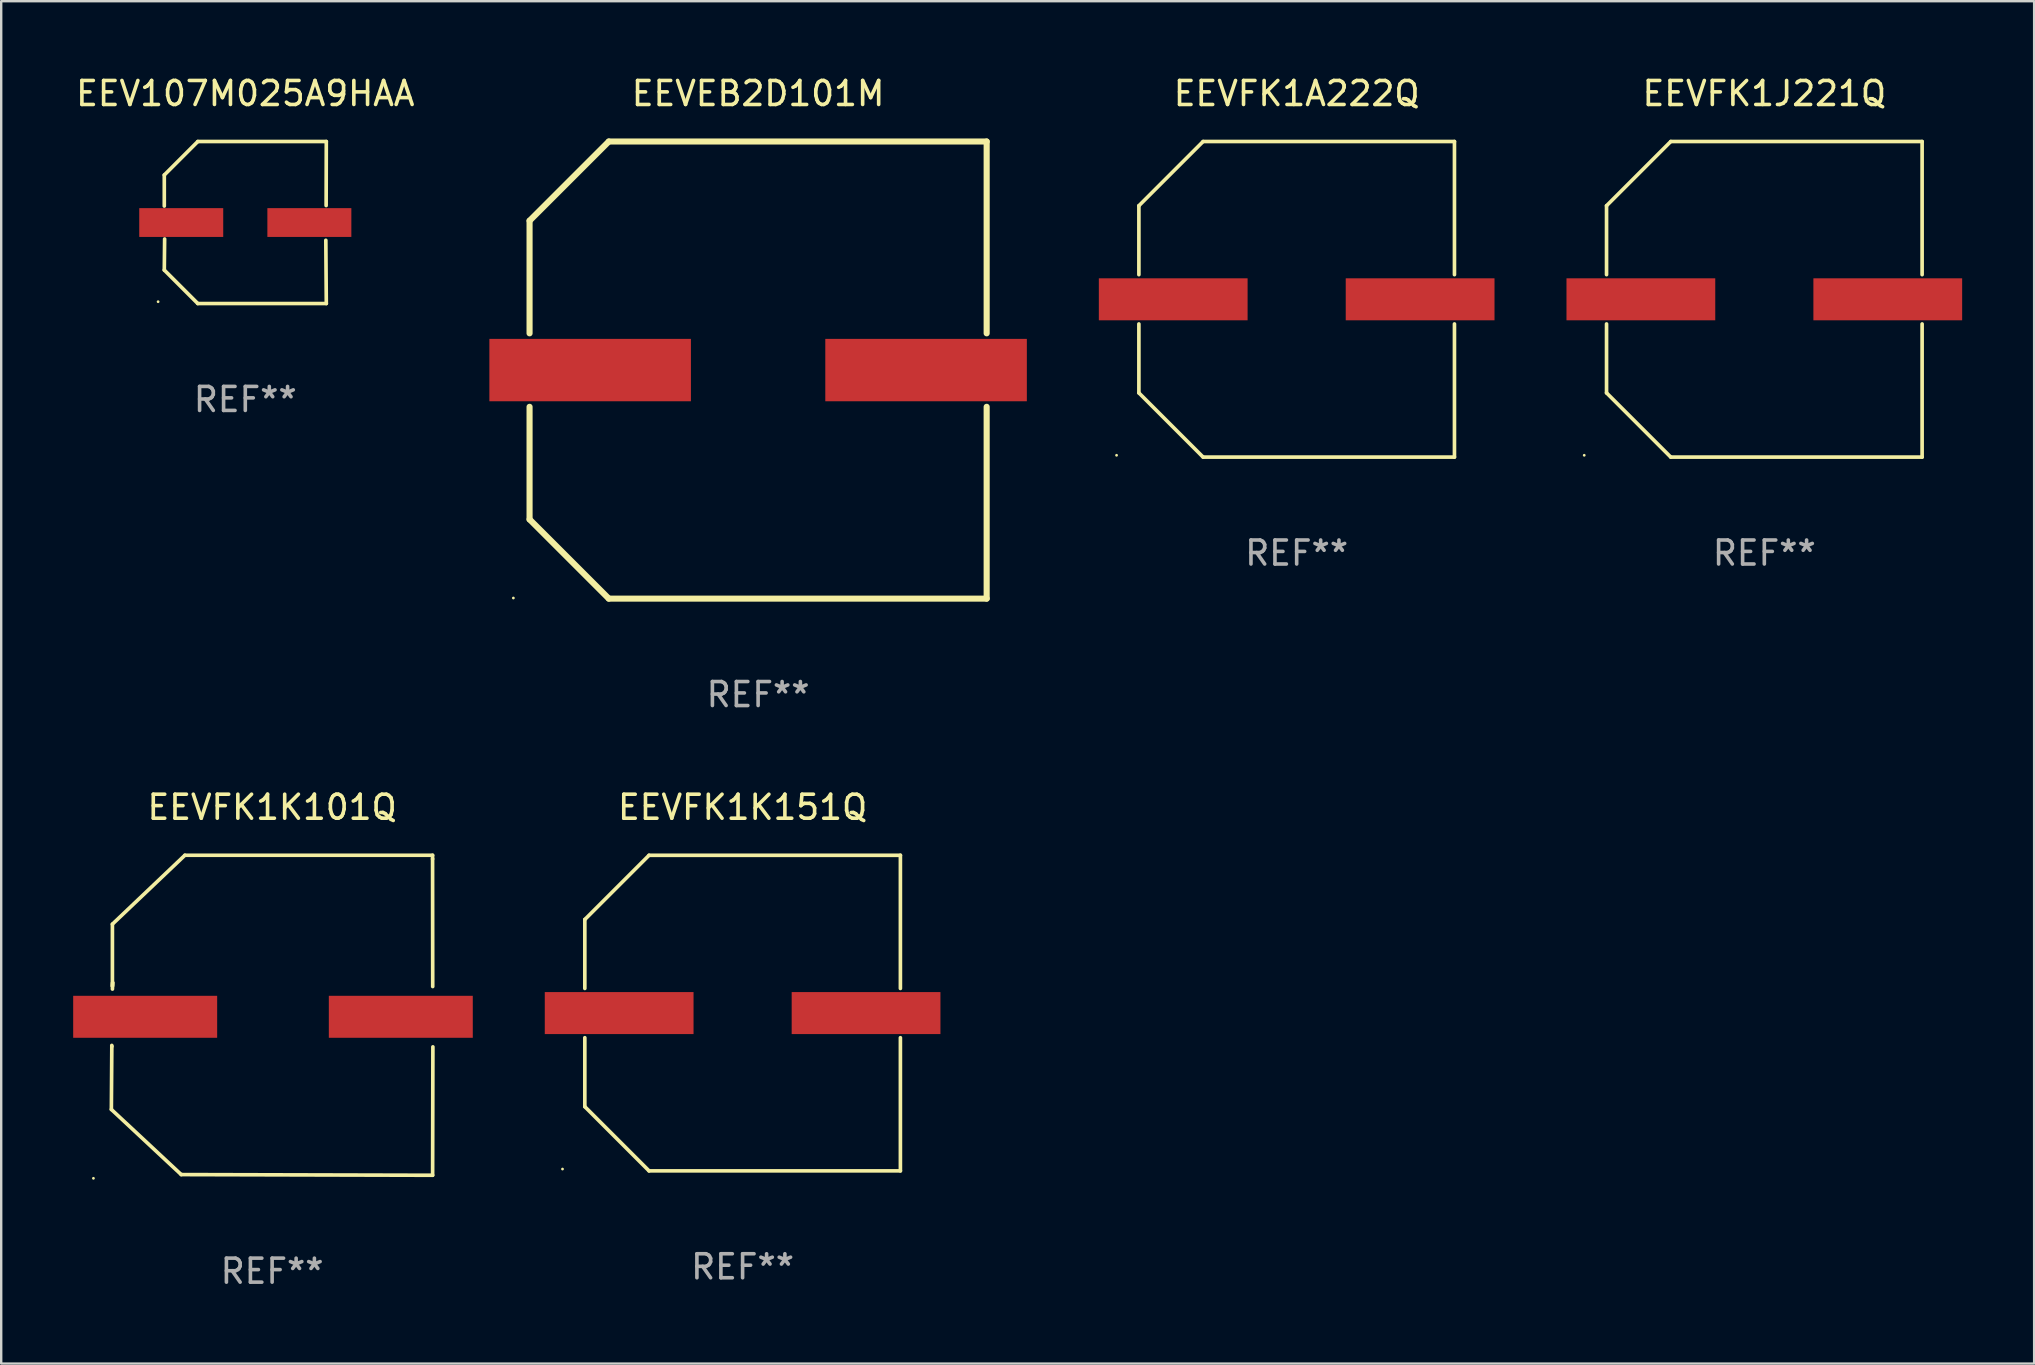
<source format=kicad_pcb>
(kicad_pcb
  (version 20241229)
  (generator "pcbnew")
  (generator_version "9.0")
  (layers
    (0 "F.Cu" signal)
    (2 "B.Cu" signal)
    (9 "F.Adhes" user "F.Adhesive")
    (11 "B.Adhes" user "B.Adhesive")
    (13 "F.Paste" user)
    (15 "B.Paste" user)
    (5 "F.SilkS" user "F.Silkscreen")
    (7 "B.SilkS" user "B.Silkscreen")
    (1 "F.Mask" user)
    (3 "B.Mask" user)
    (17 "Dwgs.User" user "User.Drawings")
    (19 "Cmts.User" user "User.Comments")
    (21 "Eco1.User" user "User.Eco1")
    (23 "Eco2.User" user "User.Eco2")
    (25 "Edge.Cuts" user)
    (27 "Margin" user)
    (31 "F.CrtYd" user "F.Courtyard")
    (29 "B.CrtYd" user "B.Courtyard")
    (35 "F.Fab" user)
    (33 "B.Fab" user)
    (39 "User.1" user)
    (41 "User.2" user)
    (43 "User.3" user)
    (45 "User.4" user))
  (footprint "EEVFK1J221Q"
    (layer "F.Cu")
    (at 70.48 9.424)
    (property "Reference" "EEVFK1J221Q" (at 0 -8.576 0) (layer "F.SilkS") (effects (font (size 1 1) (thickness 0.15))))
    (attr through_hole)
    (fp_line (start -6.576 -3.9) (end -6.576 -1.027) (stroke (width 0.152) (type solid)) (layer "F.SilkS"))
    (fp_line (start -6.576 3.9) (end -6.576 1.027) (stroke (width 0.152) (type solid)) (layer "F.SilkS"))
    (fp_line (start -3.9 -6.576) (end -6.576 -3.9) (stroke (width 0.152) (type solid)) (layer "F.SilkS"))
    (fp_line (start -3.9 6.576) (end -6.576 3.9) (stroke (width 0.152) (type solid)) (layer "F.SilkS"))
    (fp_line (start 6.576 -6.576) (end -3.9 -6.576) (stroke (width 0.152) (type solid)) (layer "F.SilkS"))
    (fp_line (start 6.576 -1.027) (end 6.576 -6.576) (stroke (width 0.152) (type solid)) (layer "F.SilkS"))
    (fp_line (start 6.576 1.027) (end 6.576 6.576) (stroke (width 0.152) (type solid)) (layer "F.SilkS"))
    (fp_line (start 6.576 6.576) (end -3.9 6.576) (stroke (width 0.152) (type solid)) (layer "F.SilkS"))
    (fp_circle (center -7.506 6.5) (end -7.476 6.5) (stroke (width 0.06) (type solid)) (fill no) (layer "F.SilkS"))
    (fp_text user "REF**" (at 0 10.576 0) (layer "F.Fab") (effects (font (size 1 1) (thickness 0.15))))
    (pad "1" smd rect (at -5.145 0) (size 6.2 1.75) (layers "F.Cu" "F.Mask" "F.Paste"))
    (pad "2" smd rect (at 5.145 0) (size 6.2 1.75) (layers "F.Cu" "F.Mask" "F.Paste")))
  (footprint "EEVEB2D101M"
    (layer "F.Cu")
    (at 28.545 12.373)
    (property "Reference" "EEVEB2D101M" (at 0 -11.525 0) (layer "F.SilkS") (effects (font (size 1 1) (thickness 0.15))))
    (attr through_hole)
    (fp_line (start -9.525 -6.223) (end -9.525 -1.531) (stroke (width 0.254) (type solid)) (layer "F.SilkS"))
    (fp_line (start -9.525 1.531) (end -9.525 6.223) (stroke (width 0.254) (type solid)) (layer "F.SilkS"))
    (fp_line (start -9.525 6.223) (end -6.223 9.525) (stroke (width 0.254) (type solid)) (layer "F.SilkS"))
    (fp_line (start -6.223 -9.525) (end -9.525 -6.223) (stroke (width 0.254) (type solid)) (layer "F.SilkS"))
    (fp_line (start -6.223 9.525) (end 9.525 9.525) (stroke (width 0.254) (type solid)) (layer "F.SilkS"))
    (fp_line (start 9.525 -9.525) (end -6.223 -9.525) (stroke (width 0.254) (type solid)) (layer "F.SilkS"))
    (fp_line (start 9.525 -1.531) (end 9.525 -9.525) (stroke (width 0.254) (type solid)) (layer "F.SilkS"))
    (fp_line (start 9.525 9.525) (end 9.525 1.531) (stroke (width 0.254) (type solid)) (layer "F.SilkS"))
    (fp_circle (center -10.2 9.5) (end -10.17 9.5) (stroke (width 0.06) (type solid)) (fill no) (layer "F.SilkS"))
    (fp_text user "REF**" (at 0 13.525 0) (layer "F.Fab") (effects (font (size 1 1) (thickness 0.15))))
    (pad "1" smd rect (at -7 0.000102) (size 8.4 2.6) (layers "F.Cu" "F.Mask" "F.Paste"))
    (pad "2" smd rect (at 7 0.000102) (size 8.4 2.6) (layers "F.Cu" "F.Mask" "F.Paste")))
  (footprint "EEVFK1K151Q"
    (layer "F.Cu")
    (at 27.899 39.171)
    (property "Reference" "EEVFK1K151Q" (at 0 -8.576 0) (layer "F.SilkS") (effects (font (size 1 1) (thickness 0.15))))
    (attr through_hole)
    (fp_line (start -6.576 -3.9) (end -6.576 -1.027) (stroke (width 0.152) (type solid)) (layer "F.SilkS"))
    (fp_line (start -6.576 3.9) (end -6.576 1.027) (stroke (width 0.152) (type solid)) (layer "F.SilkS"))
    (fp_line (start -3.9 -6.576) (end -6.576 -3.9) (stroke (width 0.152) (type solid)) (layer "F.SilkS"))
    (fp_line (start -3.9 6.576) (end -6.576 3.9) (stroke (width 0.152) (type solid)) (layer "F.SilkS"))
    (fp_line (start 6.576 -6.576) (end -3.9 -6.576) (stroke (width 0.152) (type solid)) (layer "F.SilkS"))
    (fp_line (start 6.576 -1.027) (end 6.576 -6.576) (stroke (width 0.152) (type solid)) (layer "F.SilkS"))
    (fp_line (start 6.576 1.027) (end 6.576 6.576) (stroke (width 0.152) (type solid)) (layer "F.SilkS"))
    (fp_line (start 6.576 6.576) (end -3.9 6.576) (stroke (width 0.152) (type solid)) (layer "F.SilkS"))
    (fp_circle (center -7.506 6.5) (end -7.476 6.5) (stroke (width 0.06) (type solid)) (fill no) (layer "F.SilkS"))
    (fp_text user "REF**" (at 0 10.576 0) (layer "F.Fab") (effects (font (size 1 1) (thickness 0.15))))
    (pad "1" smd rect (at -5.145 0) (size 6.2 1.75) (layers "F.Cu" "F.Mask" "F.Paste"))
    (pad "2" smd rect (at 5.145 0) (size 6.2 1.75) (layers "F.Cu" "F.Mask" "F.Paste")))
  (footprint "EEVFK1K101Q"
    (layer "F.Cu")
    (at 8.291 39.262)
    (property "Reference" "EEVFK1K101Q" (at 0 -8.668 0) (layer "F.SilkS") (effects (font (size 1 1) (thickness 0.15))))
    (attr through_hole)
    (fp_line (start -6.7 3.925) (end -6.681 1.297) (stroke (width 0.152) (type solid)) (layer "F.SilkS"))
    (fp_line (start -6.681 1.297) (end -6.682 1.257) (stroke (width 0.152) (type solid)) (layer "F.SilkS"))
    (fp_line (start -6.656 -3.797) (end -6.656 -1.217) (stroke (width 0.152) (type solid)) (layer "F.SilkS"))
    (fp_line (start -6.656 -1.217) (end -6.646 -1.359) (stroke (width 0.152) (type solid)) (layer "F.SilkS"))
    (fp_line (start -6.646 -1.359) (end -6.655 -1.091) (stroke (width 0.152) (type solid)) (layer "F.SilkS"))
    (fp_line (start -3.788 6.64) (end -6.7 3.925) (stroke (width 0.152) (type solid)) (layer "F.SilkS"))
    (fp_line (start -3.636 -6.668) (end -6.656 -3.797) (stroke (width 0.152) (type solid)) (layer "F.SilkS"))
    (fp_line (start 6.687 -6.668) (end -3.636 -6.668) (stroke (width 0.152) (type solid)) (layer "F.SilkS"))
    (fp_line (start 6.687 -6.513) (end 6.687 -6.668) (stroke (width 0.152) (type solid)) (layer "F.SilkS"))
    (fp_line (start 6.689 6.668) (end -3.788 6.64) (stroke (width 0.152) (type solid)) (layer "F.SilkS"))
    (fp_line (start 6.693 -1.197) (end 6.687 -6.513) (stroke (width 0.152) (type solid)) (layer "F.SilkS"))
    (fp_line (start 6.7 1.317) (end 6.689 6.668) (stroke (width 0.152) (type solid)) (layer "F.SilkS"))
    (fp_circle (center -7.447 6.795) (end -7.417 6.795) (stroke (width 0.06) (type solid)) (fill no) (layer "F.SilkS"))
    (fp_text user "REF**" (at 0 10.668 0) (layer "F.Fab") (effects (font (size 1 1) (thickness 0.15))))
    (pad "1" smd rect (at -5.291 0.064) (size 6 1.75) (layers "F.Cu" "F.Mask" "F.Paste"))
    (pad "2" smd rect (at 5.363 0.064) (size 6 1.75) (layers "F.Cu" "F.Mask" "F.Paste")))
  (footprint "EEV107M025A9HAA"
    (layer "F.Cu")
    (at 7.173 6.224)
    (property "Reference" "EEV107M025A9HAA" (at 0 -5.376 0) (layer "F.SilkS") (effects (font (size 1 1) (thickness 0.15))))
    (attr through_hole)
    (fp_line (start -3.376 -1.98) (end -3.376 -0.686) (stroke (width 0.152) (type solid)) (layer "F.SilkS"))
    (fp_line (start -3.376 1.981) (end -3.362 0.686) (stroke (width 0.152) (type solid)) (layer "F.SilkS"))
    (fp_line (start -1.981 3.376) (end -3.376 1.981) (stroke (width 0.152) (type solid)) (layer "F.SilkS"))
    (fp_line (start -1.98 -3.376) (end -3.376 -1.98) (stroke (width 0.152) (type solid)) (layer "F.SilkS"))
    (fp_line (start 3.356 0.74) (end 3.376 3.376) (stroke (width 0.152) (type solid)) (layer "F.SilkS"))
    (fp_line (start 3.369 -0.707) (end 3.376 -3.376) (stroke (width 0.152) (type solid)) (layer "F.SilkS"))
    (fp_line (start 3.376 3.376) (end -1.981 3.376) (stroke (width 0.152) (type solid)) (layer "F.SilkS"))
    (fp_line (start 3.376 -3.376) (end -1.98 -3.376) (stroke (width 0.152) (type solid)) (layer "F.SilkS"))
    (fp_circle (center -3.634 3.3) (end -3.604 3.3) (stroke (width 0.06) (type solid)) (fill no) (layer "F.SilkS"))
    (fp_text user "REF**" (at 0 7.376 0) (layer "F.Fab") (effects (font (size 1 1) (thickness 0.15))))
    (pad "1" smd rect (at -2.67 0.000254) (size 3.5 1.2) (layers "F.Cu" "F.Mask" "F.Paste"))
    (pad "2" smd rect (at 2.67 0.000254) (size 3.5 1.2) (layers "F.Cu" "F.Mask" "F.Paste")))
  (footprint "EEVFK1A222Q"
    (layer "F.Cu")
    (at 50.99 9.424)
    (property "Reference" "EEVFK1A222Q" (at 0 -8.576 0) (layer "F.SilkS") (effects (font (size 1 1) (thickness 0.15))))
    (attr through_hole)
    (fp_line (start -6.576 -3.9) (end -6.576 -1.027) (stroke (width 0.152) (type solid)) (layer "F.SilkS"))
    (fp_line (start -6.576 3.9) (end -6.576 1.027) (stroke (width 0.152) (type solid)) (layer "F.SilkS"))
    (fp_line (start -3.9 -6.576) (end -6.576 -3.9) (stroke (width 0.152) (type solid)) (layer "F.SilkS"))
    (fp_line (start -3.9 6.576) (end -6.576 3.9) (stroke (width 0.152) (type solid)) (layer "F.SilkS"))
    (fp_line (start 6.576 -6.576) (end -3.9 -6.576) (stroke (width 0.152) (type solid)) (layer "F.SilkS"))
    (fp_line (start 6.576 -1.027) (end 6.576 -6.576) (stroke (width 0.152) (type solid)) (layer "F.SilkS"))
    (fp_line (start 6.576 1.027) (end 6.576 6.576) (stroke (width 0.152) (type solid)) (layer "F.SilkS"))
    (fp_line (start 6.576 6.576) (end -3.9 6.576) (stroke (width 0.152) (type solid)) (layer "F.SilkS"))
    (fp_circle (center -7.506 6.5) (end -7.476 6.5) (stroke (width 0.06) (type solid)) (fill no) (layer "F.SilkS"))
    (fp_text user "REF**" (at 0 10.576 0) (layer "F.Fab") (effects (font (size 1 1) (thickness 0.15))))
    (pad "1" smd rect (at -5.145 0) (size 6.2 1.75) (layers "F.Cu" "F.Mask" "F.Paste"))
    (pad "2" smd rect (at 5.145 0) (size 6.2 1.75) (layers "F.Cu" "F.Mask" "F.Paste")))
  (gr_rect
    (start -3 -3)
    (end 81.725 53.778)
    (stroke (width 0.1) (type default))
    (fill no)
    (layer "Edge.Cuts")))
</source>
